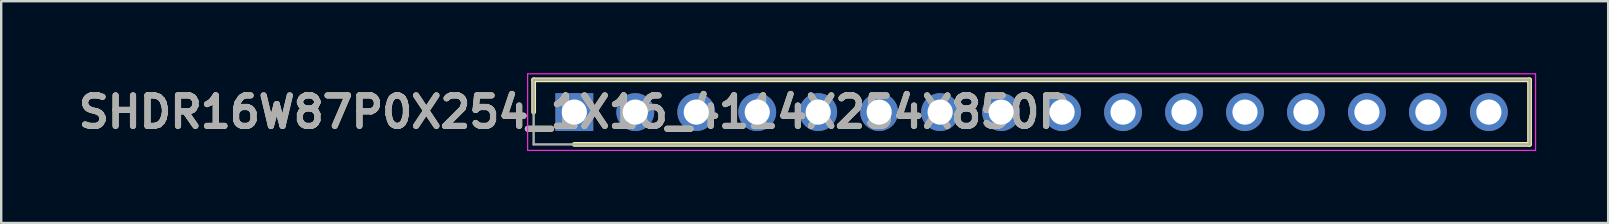
<source format=kicad_pcb>
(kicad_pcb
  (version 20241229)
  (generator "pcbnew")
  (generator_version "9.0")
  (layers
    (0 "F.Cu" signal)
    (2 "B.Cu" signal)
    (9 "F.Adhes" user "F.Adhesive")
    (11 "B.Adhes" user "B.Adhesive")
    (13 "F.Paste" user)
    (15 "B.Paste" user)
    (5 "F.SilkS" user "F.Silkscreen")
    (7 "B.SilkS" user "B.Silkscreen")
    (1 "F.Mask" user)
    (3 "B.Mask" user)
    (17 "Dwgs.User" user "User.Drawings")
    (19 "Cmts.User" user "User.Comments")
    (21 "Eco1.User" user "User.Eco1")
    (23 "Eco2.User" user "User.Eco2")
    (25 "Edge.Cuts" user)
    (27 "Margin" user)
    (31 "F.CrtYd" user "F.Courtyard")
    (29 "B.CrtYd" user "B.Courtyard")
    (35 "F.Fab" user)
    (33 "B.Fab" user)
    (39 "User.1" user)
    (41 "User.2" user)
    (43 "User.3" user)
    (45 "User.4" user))
  (footprint "SHDR16W87P0X254_1X16_4114X254X850P"
    (layer "F.Cu")
    (at 20.876 1.62)
    (property "Reference" "SHDR16W87P0X254_1X16_4114X254X850P" (at 0 0 0) (layer "F.SilkS") (effects (font (size 1.27 1.27) (thickness 0.254))))
    (attr through_hole)
    (fp_line (start -1.695 -1.345) (end -1.695 0) (stroke (width 0.2) (type solid)) (layer "F.SilkS"))
    (fp_line (start 0 1.345) (end 39.795 1.345) (stroke (width 0.2) (type solid)) (layer "F.SilkS"))
    (fp_line (start 39.795 -1.345) (end -1.695 -1.345) (stroke (width 0.2) (type solid)) (layer "F.SilkS"))
    (fp_line (start 39.795 1.345) (end 39.795 -1.345) (stroke (width 0.2) (type solid)) (layer "F.SilkS"))
    (fp_line (start -1.945 -1.595) (end 40.045 -1.595) (stroke (width 0.05) (type solid)) (layer "F.CrtYd"))
    (fp_line (start -1.945 1.595) (end -1.945 -1.595) (stroke (width 0.05) (type solid)) (layer "F.CrtYd"))
    (fp_line (start 40.045 -1.595) (end 40.045 1.595) (stroke (width 0.05) (type solid)) (layer "F.CrtYd"))
    (fp_line (start 40.045 1.595) (end -1.945 1.595) (stroke (width 0.05) (type solid)) (layer "F.CrtYd"))
    (fp_line (start -1.695 -1.345) (end 39.795 -1.345) (stroke (width 0.1) (type solid)) (layer "F.Fab"))
    (fp_line (start -1.695 1.345) (end -1.695 -1.345) (stroke (width 0.1) (type solid)) (layer "F.Fab"))
    (fp_line (start 39.795 -1.345) (end 39.795 1.345) (stroke (width 0.1) (type solid)) (layer "F.Fab"))
    (fp_line (start 39.795 1.345) (end -1.695 1.345) (stroke (width 0.1) (type solid)) (layer "F.Fab"))
    (fp_text user "${REFERENCE}" (at 0 0 0) (layer "F.Fab") (effects (font (size 1.27 1.27) (thickness 0.254))))
    (pad "1" thru_hole rect (at 0 0) (size 1.575 1.575) (drill 1.05) (layers "*.Cu" "*.Mask"))
    (pad "2" thru_hole circle (at 2.54 0) (size 1.575 1.575) (drill 1.05) (layers "*.Cu" "*.Mask"))
    (pad "3" thru_hole circle (at 5.08 0) (size 1.575 1.575) (drill 1.05) (layers "*.Cu" "*.Mask"))
    (pad "4" thru_hole circle (at 7.62 0) (size 1.575 1.575) (drill 1.05) (layers "*.Cu" "*.Mask"))
    (pad "5" thru_hole circle (at 10.16 0) (size 1.575 1.575) (drill 1.05) (layers "*.Cu" "*.Mask"))
    (pad "6" thru_hole circle (at 12.7 0) (size 1.575 1.575) (drill 1.05) (layers "*.Cu" "*.Mask"))
    (pad "7" thru_hole circle (at 15.24 0) (size 1.575 1.575) (drill 1.05) (layers "*.Cu" "*.Mask"))
    (pad "8" thru_hole circle (at 17.78 0) (size 1.575 1.575) (drill 1.05) (layers "*.Cu" "*.Mask"))
    (pad "9" thru_hole circle (at 20.32 0) (size 1.575 1.575) (drill 1.05) (layers "*.Cu" "*.Mask"))
    (pad "10" thru_hole circle (at 22.86 0) (size 1.575 1.575) (drill 1.05) (layers "*.Cu" "*.Mask"))
    (pad "11" thru_hole circle (at 25.4 0) (size 1.575 1.575) (drill 1.05) (layers "*.Cu" "*.Mask"))
    (pad "12" thru_hole circle (at 27.94 0) (size 1.575 1.575) (drill 1.05) (layers "*.Cu" "*.Mask"))
    (pad "13" thru_hole circle (at 30.48 0) (size 1.575 1.575) (drill 1.05) (layers "*.Cu" "*.Mask"))
    (pad "14" thru_hole circle (at 33.02 0) (size 1.575 1.575) (drill 1.05) (layers "*.Cu" "*.Mask"))
    (pad "15" thru_hole circle (at 35.56 0) (size 1.575 1.575) (drill 1.05) (layers "*.Cu" "*.Mask"))
    (pad "16" thru_hole circle (at 38.1 0) (size 1.575 1.575) (drill 1.05) (layers "*.Cu" "*.Mask")))
  (gr_rect
    (start -3 -3)
    (end 63.946 6.24)
    (stroke (width 0.1) (type default))
    (fill no)
    (layer "Edge.Cuts")))
</source>
